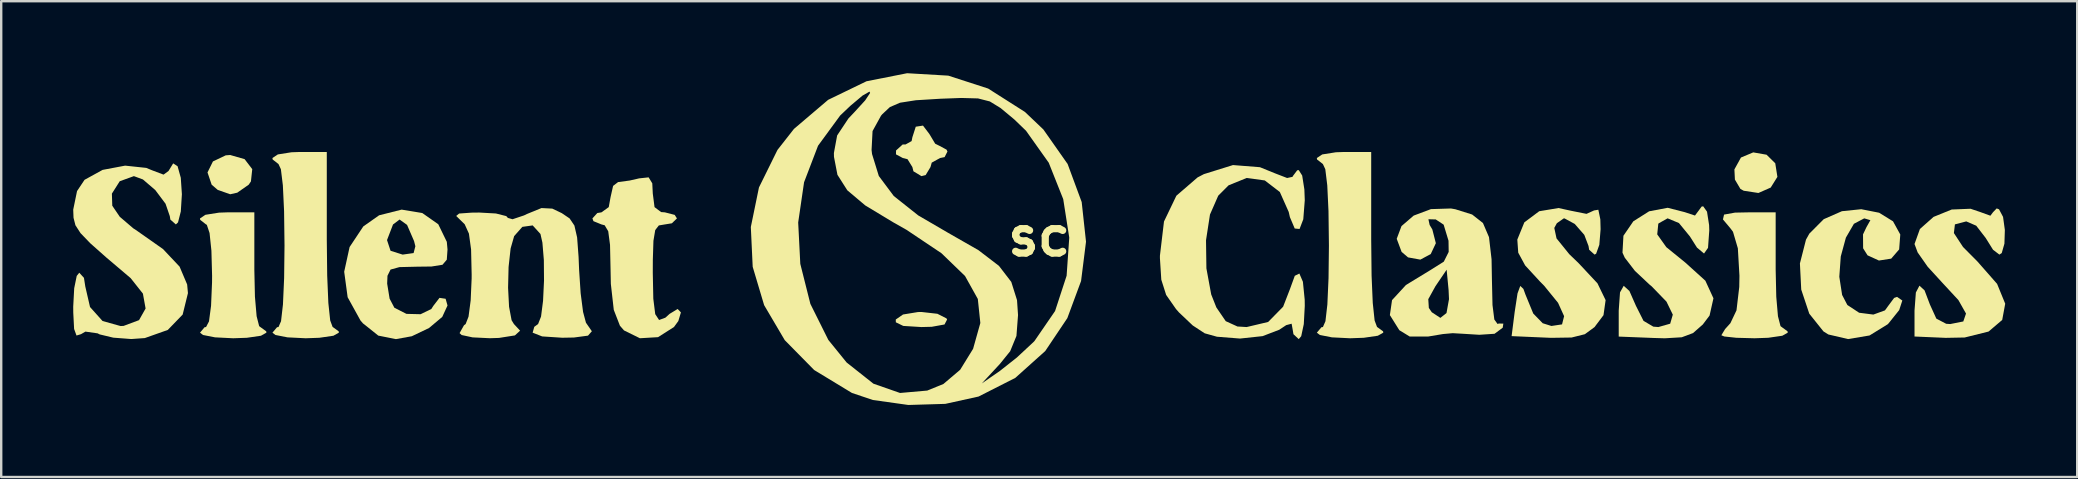
<source format=kicad_pcb>
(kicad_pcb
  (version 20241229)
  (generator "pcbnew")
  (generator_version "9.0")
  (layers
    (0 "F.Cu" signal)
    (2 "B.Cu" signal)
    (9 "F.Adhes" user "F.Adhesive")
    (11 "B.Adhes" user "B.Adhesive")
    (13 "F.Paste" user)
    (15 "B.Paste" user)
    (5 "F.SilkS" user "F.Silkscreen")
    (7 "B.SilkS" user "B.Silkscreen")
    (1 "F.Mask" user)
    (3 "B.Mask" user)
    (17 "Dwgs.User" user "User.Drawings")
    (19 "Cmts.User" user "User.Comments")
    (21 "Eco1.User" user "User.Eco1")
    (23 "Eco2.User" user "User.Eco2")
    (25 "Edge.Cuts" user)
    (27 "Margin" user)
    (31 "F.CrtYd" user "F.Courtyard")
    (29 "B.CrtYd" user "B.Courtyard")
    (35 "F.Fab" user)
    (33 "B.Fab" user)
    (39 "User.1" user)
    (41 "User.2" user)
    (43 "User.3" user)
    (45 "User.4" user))
  (footprint "sc"
    (layer "F.Cu")
    (at 40.238 6.802)
    (property "Reference" "sc" (at 0 0 0) (layer "F.SilkS") (effects (font (size 1.524 1.524) (thickness 0.3))))
    (attr board_only exclude_from_pos_files exclude_from_bom)
    (fp_poly (pts (xy 30.302 -3.407) (xy 30.664 -3.05) (xy 30.753 -2.484) (xy 30.474 -2.038) (xy 29.962 -1.813) (xy 29.351 -1.906) (xy 29.213 -1.981) (xy 28.983 -2.371) (xy 28.962 -2.795) (xy 29.235 -3.29) (xy 29.747 -3.504)) (stroke (width 0) (type solid)) (fill yes) (layer "F.SilkS"))
    (fp_poly (pts (xy -33.099 -3.223) (xy -32.78 -2.806) (xy -32.835 -2.295) (xy -32.927 -2.159) (xy -33.405 -1.825) (xy -33.699 -1.76) (xy -34.219 -1.942) (xy -34.471 -2.159) (xy -34.644 -2.669) (xy -34.418 -3.127) (xy -33.885 -3.381) (xy -33.699 -3.395)) (stroke (width 0) (type solid)) (fill yes) (layer "F.SilkS"))
    (fp_poly (pts (xy -4.239 3.219) (xy -3.861 3.411) (xy -3.835 3.458) (xy -3.942 3.665) (xy -4.474 3.761) (xy -4.904 3.772) (xy -5.661 3.725) (xy -5.97 3.574) (xy -5.973 3.458) (xy -5.671 3.249) (xy -5.048 3.147) (xy -4.904 3.144)) (stroke (width 0) (type solid)) (fill yes) (layer "F.SilkS"))
    (fp_poly (pts (xy -4.575 -4.273) (xy -4.331 -3.866) (xy -4.143 -3.772) (xy -3.857 -3.618) (xy -3.82 -3.54) (xy -3.939 -3.307) (xy -4.129 -3.269) (xy -4.475 -3.077) (xy -4.527 -2.892) (xy -4.728 -2.559) (xy -4.904 -2.515) (xy -5.237 -2.716) (xy -5.281 -2.892) (xy -5.484 -3.221) (xy -5.679 -3.269) (xy -5.964 -3.422) (xy -5.962 -3.584) (xy -5.684 -3.835) (xy -5.564 -3.835) (xy -5.313 -3.975) (xy -5.281 -4.135) (xy -5.14 -4.574) (xy -4.839 -4.62)) (stroke (width 0) (type solid)) (fill yes) (layer "F.SilkS"))
    (fp_poly (pts (xy 30.681 1.383) (xy 30.706 2.51) (xy 30.776 3.32) (xy 30.883 3.734) (xy 30.933 3.772) (xy 31.177 3.95) (xy 31.184 4.006) (xy 30.957 4.134) (xy 30.37 4.219) (xy 29.801 4.239) (xy 29.043 4.219) (xy 28.541 4.165) (xy 28.418 4.114) (xy 28.574 3.856) (xy 28.795 3.611) (xy 29.049 3.076) (xy 29.164 2.102) (xy 29.172 1.635) (xy 29.106 0.493) (xy 28.903 -0.197) (xy 28.795 -0.341) (xy 28.485 -0.711) (xy 28.531 -0.913) (xy 28.987 -0.995) (xy 29.55 -1.006) (xy 30.681 -1.006)) (stroke (width 0) (type solid)) (fill yes) (layer "F.SilkS"))
    (fp_poly (pts (xy -32.693 1.383) (xy -32.668 2.51) (xy -32.598 3.32) (xy -32.492 3.734) (xy -32.442 3.772) (xy -32.197 3.95) (xy -32.19 4.006) (xy -32.418 4.134) (xy -33.004 4.219) (xy -33.573 4.239) (xy -34.331 4.201) (xy -34.833 4.102) (xy -34.956 4.006) (xy -34.765 3.779) (xy -34.705 3.772) (xy -34.582 3.536) (xy -34.496 2.886) (xy -34.455 1.91) (xy -34.453 1.635) (xy -34.481 0.594) (xy -34.558 -0.144) (xy -34.673 -0.488) (xy -34.705 -0.503) (xy -34.949 -0.694) (xy -34.956 -0.754) (xy -34.732 -0.904) (xy -34.163 -0.994) (xy -33.825 -1.006) (xy -32.693 -1.006)) (stroke (width 0) (type solid)) (fill yes) (layer "F.SilkS"))
    (fp_poly (pts (xy -29.675 0.126) (xy -29.658 1.629) (xy -29.61 2.768) (xy -29.533 3.497) (xy -29.431 3.771) (xy -29.424 3.772) (xy -29.179 3.95) (xy -29.172 4.006) (xy -29.4 4.134) (xy -29.986 4.219) (xy -30.555 4.239) (xy -31.313 4.201) (xy -31.815 4.102) (xy -31.939 4.006) (xy -31.747 3.779) (xy -31.687 3.772) (xy -31.581 3.529) (xy -31.501 2.833) (xy -31.452 1.733) (xy -31.436 0.377) (xy -31.454 -1.057) (xy -31.505 -2.133) (xy -31.587 -2.803) (xy -31.687 -3.018) (xy -31.931 -3.209) (xy -31.939 -3.269) (xy -31.714 -3.419) (xy -31.145 -3.509) (xy -30.807 -3.521) (xy -29.675 -3.521)) (stroke (width 0) (type solid)) (fill yes) (layer "F.SilkS"))
    (fp_poly (pts (xy 13.832 0.126) (xy 13.848 1.629) (xy 13.897 2.768) (xy 13.974 3.497) (xy 14.076 3.771) (xy 14.083 3.772) (xy 14.327 3.95) (xy 14.335 4.006) (xy 14.107 4.134) (xy 13.521 4.219) (xy 12.951 4.239) (xy 12.194 4.201) (xy 11.692 4.102) (xy 11.568 4.006) (xy 11.76 3.779) (xy 11.82 3.772) (xy 11.926 3.529) (xy 12.006 2.833) (xy 12.055 1.733) (xy 12.071 0.377) (xy 12.053 -1.057) (xy 12.002 -2.133) (xy 11.92 -2.803) (xy 11.82 -3.018) (xy 11.576 -3.209) (xy 11.568 -3.269) (xy 11.793 -3.419) (xy 12.362 -3.509) (xy 12.7 -3.521) (xy 13.832 -3.521)) (stroke (width 0) (type solid)) (fill yes) (layer "F.SilkS"))
    (fp_poly (pts (xy 34.991 -0.99) (xy 35.569 -0.633) (xy 35.872 -0.084) (xy 35.825 0.538) (xy 35.493 0.922) (xy 34.982 1.001) (xy 34.508 0.784) (xy 34.324 0.491) (xy 34.32 -0.089) (xy 34.463 -0.389) (xy 34.627 -0.68) (xy 34.378 -0.754) (xy 34.367 -0.754) (xy 33.94 -0.529) (xy 33.606 0.048) (xy 33.393 0.832) (xy 33.332 1.676) (xy 33.449 2.434) (xy 33.667 2.853) (xy 34.158 3.176) (xy 34.751 3.252) (xy 35.234 3.077) (xy 35.368 2.892) (xy 35.615 2.559) (xy 35.738 2.515) (xy 35.957 2.667) (xy 35.827 3.065) (xy 35.38 3.623) (xy 35.345 3.658) (xy 34.591 4.123) (xy 33.698 4.272) (xy 32.875 4.081) (xy 32.671 3.953) (xy 32.081 3.215) (xy 31.746 2.211) (xy 31.691 1.122) (xy 31.944 0.131) (xy 32.085 -0.122) (xy 32.684 -0.722) (xy 33.441 -1.054) (xy 34.246 -1.137)) (stroke (width 0) (type solid)) (fill yes) (layer "F.SilkS"))
    (fp_poly (pts (xy -16.116 -2.215) (xy -16.095 -1.79) (xy -16.022 -1.224) (xy -15.749 -1.018) (xy -15.592 -1.006) (xy -15.183 -0.901) (xy -15.089 -0.754) (xy -15.3 -0.55) (xy -15.592 -0.503) (xy -15.843 -0.461) (xy -15.993 -0.268) (xy -16.068 0.179) (xy -16.093 0.978) (xy -16.095 1.509) (xy -16.073 2.595) (xy -15.993 3.234) (xy -15.833 3.478) (xy -15.571 3.382) (xy -15.395 3.223) (xy -15.059 3.019) (xy -14.923 3.162) (xy -15.031 3.522) (xy -15.213 3.771) (xy -15.876 4.193) (xy -16.632 4.238) (xy -17.294 3.912) (xy -17.464 3.716) (xy -17.72 3.056) (xy -17.842 1.976) (xy -17.855 1.327) (xy -17.876 0.349) (xy -17.951 -0.219) (xy -18.099 -0.468) (xy -18.233 -0.503) (xy -18.567 -0.639) (xy -18.61 -0.754) (xy -18.406 -0.978) (xy -18.233 -1.006) (xy -17.929 -1.225) (xy -17.855 -1.635) (xy -17.748 -2.108) (xy -17.541 -2.267) (xy -17.056 -2.332) (xy -16.661 -2.422) (xy -16.268 -2.464)) (stroke (width 0) (type solid)) (fill yes) (layer "F.SilkS"))
    (fp_poly (pts (xy 39.986 -1.132) (xy 40.153 -0.817) (xy 40.228 -0.272) (xy 40.21 0.299) (xy 40.098 0.69) (xy 40 0.754) (xy 39.735 0.551) (xy 39.431 0.063) (xy 39.431 0.063) (xy 39.035 -0.45) (xy 38.621 -0.629) (xy 38.148 -0.505) (xy 38.105 -0.144) (xy 38.486 0.437) (xy 39.086 1.041) (xy 39.905 1.973) (xy 40.243 2.799) (xy 40.118 3.476) (xy 39.549 3.96) (xy 38.554 4.207) (xy 37.764 4.222) (xy 36.465 4.166) (xy 36.465 3.089) (xy 36.521 2.333) (xy 36.67 2.048) (xy 36.883 2.244) (xy 37.105 2.829) (xy 37.374 3.421) (xy 37.784 3.636) (xy 37.953 3.647) (xy 38.497 3.539) (xy 38.61 3.21) (xy 38.293 2.649) (xy 37.615 1.917) (xy 37.012 1.258) (xy 36.596 0.664) (xy 36.465 0.313) (xy 36.69 -0.313) (xy 37.258 -0.817) (xy 38.013 -1.124) (xy 38.799 -1.156) (xy 39.208 -1.018) (xy 39.626 -0.866) (xy 39.735 -1.012) (xy 39.888 -1.17)) (stroke (width 0) (type solid)) (fill yes) (layer "F.SilkS"))
    (fp_poly (pts (xy -25.696 -0.977) (xy -25.031 -0.511) (xy -24.675 0.222) (xy -24.646 0.542) (xy -24.676 0.966) (xy -24.855 1.177) (xy -25.312 1.25) (xy -25.903 1.257) (xy -26.648 1.275) (xy -27.019 1.377) (xy -27.147 1.636) (xy -27.16 1.962) (xy -27.058 2.59) (xy -26.859 2.968) (xy -26.357 3.223) (xy -25.767 3.237) (xy -25.32 3.02) (xy -25.239 2.892) (xy -24.98 2.556) (xy -24.725 2.594) (xy -24.646 2.874) (xy -24.865 3.349) (xy -25.416 3.812) (xy -26.134 4.155) (xy -26.795 4.275) (xy -27.531 4.128) (xy -28.169 3.618) (xy -28.27 3.501) (xy -28.806 2.531) (xy -28.95 1.467) (xy -28.725 0.439) (xy -28.532 0.149) (xy -27.166 0.149) (xy -27.019 0.594) (xy -26.515 0.754) (xy -26.059 0.69) (xy -25.985 0.406) (xy -26.04 0.189) (xy -26.331 -0.483) (xy -26.643 -0.707) (xy -26.916 -0.501) (xy -27.166 0.149) (xy -28.532 0.149) (xy -28.154 -0.42) (xy -27.496 -0.883) (xy -26.556 -1.12)) (stroke (width 0) (type solid)) (fill yes) (layer "F.SilkS"))
    (fp_poly (pts (xy 27.821 -1.034) (xy 27.908 -0.477) (xy 27.915 -0.251) (xy 27.863 0.473) (xy 27.697 0.709) (xy 27.403 0.462) (xy 27.109 -0.002) (xy 26.652 -0.56) (xy 26.179 -0.757) (xy 25.804 -0.546) (xy 25.791 -0.526) (xy 25.747 -0.089) (xy 26.126 0.444) (xy 26.916 1.085) (xy 27.752 1.841) (xy 28.089 2.574) (xy 27.928 3.291) (xy 27.646 3.665) (xy 27.238 4.023) (xy 26.769 4.198) (xy 26.062 4.24) (xy 25.603 4.227) (xy 24.143 4.169) (xy 24.143 3.091) (xy 24.197 2.328) (xy 24.351 2.053) (xy 24.589 2.271) (xy 24.863 2.892) (xy 25.176 3.514) (xy 25.584 3.755) (xy 25.794 3.772) (xy 26.287 3.632) (xy 26.396 3.255) (xy 26.132 2.713) (xy 25.512 2.073) (xy 25.423 2) (xy 24.817 1.431) (xy 24.395 0.883) (xy 24.3 0.674) (xy 24.339 -0.031) (xy 24.752 -0.634) (xy 25.41 -1.05) (xy 26.183 -1.196) (xy 26.894 -1.014) (xy 27.32 -0.873) (xy 27.412 -0.997) (xy 27.598 -1.248) (xy 27.663 -1.257)) (stroke (width 0) (type solid)) (fill yes) (layer "F.SilkS"))
    (fp_poly (pts (xy 22.158 -1.072) (xy 22.801 -0.943) (xy 23.116 -1.086) (xy 23.294 -1.115) (xy 23.377 -0.714) (xy 23.388 -0.302) (xy 23.335 0.346) (xy 23.201 0.719) (xy 23.137 0.754) (xy 22.911 0.552) (xy 22.885 0.395) (xy 22.709 -0.068) (xy 22.31 -0.524) (xy 21.887 -0.753) (xy 21.853 -0.754) (xy 21.566 -0.553) (xy 21.459 -0.357) (xy 21.552 0.079) (xy 22.085 0.738) (xy 22.473 1.112) (xy 23.257 1.95) (xy 23.597 2.65) (xy 23.509 3.277) (xy 23.135 3.774) (xy 22.729 4.071) (xy 22.18 4.208) (xy 21.325 4.221) (xy 21.155 4.214) (xy 19.681 4.15) (xy 19.809 3.144) (xy 19.928 2.368) (xy 20.042 2.059) (xy 20.172 2.182) (xy 20.257 2.416) (xy 20.582 3.208) (xy 20.976 3.613) (xy 21.339 3.727) (xy 21.782 3.661) (xy 21.868 3.319) (xy 21.615 2.762) (xy 21.036 2.051) (xy 20.862 1.875) (xy 20.245 1.205) (xy 19.957 0.674) (xy 19.919 0.131) (xy 19.919 0.128) (xy 20.211 -0.589) (xy 20.831 -1.053) (xy 21.636 -1.186)) (stroke (width 0) (type solid)) (fill yes) (layer "F.SilkS"))
    (fp_poly (pts (xy 17.338 -1.135) (xy 18.037 -0.916) (xy 18.487 -0.562) (xy 18.739 0.027) (xy 18.846 0.95) (xy 18.861 1.793) (xy 18.885 2.855) (xy 18.961 3.458) (xy 19.096 3.644) (xy 19.145 3.626) (xy 19.337 3.628) (xy 19.31 3.8) (xy 18.97 4.052) (xy 18.334 4.094) (xy 17.678 4.053) (xy 17.243 4.028) (xy 17.227 4.027) (xy 16.818 4.064) (xy 16.198 4.168) (xy 15.438 4.168) (xy 15.004 3.903) (xy 14.61 3.274) (xy 14.7 2.65) (xy 14.736 2.611) (xy 16.21 2.611) (xy 16.233 2.976) (xy 16.356 3.155) (xy 16.714 3.39) (xy 16.969 3.188) (xy 17.073 2.61) (xy 17.056 2.232) (xy 16.975 1.383) (xy 16.505 2.076) (xy 16.21 2.611) (xy 14.736 2.611) (xy 15.281 2.019) (xy 16.299 1.399) (xy 16.857 1.047) (xy 17.06 0.642) (xy 17.053 0.177) (xy 16.85 -0.493) (xy 16.52 -0.711) (xy 16.215 -0.719) (xy 16.266 -0.482) (xy 16.379 -0.293) (xy 16.525 0.279) (xy 16.312 0.732) (xy 15.879 0.963) (xy 15.367 0.87) (xy 15.099 0.641) (xy 14.895 0.096) (xy 15.094 -0.434) (xy 15.602 -0.871) (xy 16.321 -1.141) (xy 17.156 -1.167)) (stroke (width 0) (type solid)) (fill yes) (layer "F.SilkS"))
    (fp_poly (pts (xy 9.197 -2.887) (xy 9.82 -2.634) (xy 10.329 -2.437) (xy 10.56 -2.486) (xy 10.562 -2.508) (xy 10.75 -2.758) (xy 10.814 -2.766) (xy 10.957 -2.54) (xy 11.048 -1.962) (xy 11.065 -1.509) (xy 11.003 -0.718) (xy 10.848 -0.314) (xy 10.646 -0.333) (xy 10.445 -0.807) (xy 10.396 -1.023) (xy 10.026 -1.854) (xy 9.4 -2.335) (xy 8.645 -2.438) (xy 7.891 -2.132) (xy 7.46 -1.7) (xy 7.116 -0.915) (xy 6.951 0.156) (xy 6.967 1.327) (xy 7.167 2.413) (xy 7.382 2.955) (xy 7.773 3.527) (xy 8.261 3.749) (xy 8.644 3.772) (xy 9.539 3.56) (xy 10.163 2.925) (xy 10.444 2.2) (xy 10.649 1.637) (xy 10.84 1.543) (xy 10.987 1.886) (xy 11.062 2.634) (xy 11.065 2.892) (xy 11.024 3.65) (xy 10.917 4.152) (xy 10.814 4.275) (xy 10.593 4.071) (xy 10.562 3.884) (xy 10.517 3.633) (xy 10.292 3.692) (xy 10.003 3.884) (xy 9.309 4.15) (xy 8.367 4.251) (xy 7.407 4.175) (xy 6.895 4.032) (xy 6.397 3.705) (xy 5.824 3.162) (xy 5.701 3.022) (xy 5.29 2.433) (xy 5.088 1.799) (xy 5.031 0.905) (xy 5.031 0.798) (xy 5.2 -0.624) (xy 5.716 -1.699) (xy 6.599 -2.461) (xy 6.861 -2.598) (xy 8.074 -2.976)) (stroke (width 0) (type solid)) (fill yes) (layer "F.SilkS"))
    (fp_poly (pts (xy -20.282 -1.162) (xy -19.887 -0.974) (xy -19.56 -0.753) (xy -19.36 -0.456) (xy -19.247 0.039) (xy -19.186 0.854) (xy -19.164 1.391) (xy -19.1 2.363) (xy -18.999 3.142) (xy -18.879 3.591) (xy -18.85 3.633) (xy -18.633 3.947) (xy -18.794 4.13) (xy -19.38 4.208) (xy -19.867 4.217) (xy -20.704 4.162) (xy -21.1 4.006) (xy -21.032 3.763) (xy -20.873 3.647) (xy -20.75 3.335) (xy -20.666 2.68) (xy -20.626 1.842) (xy -20.633 0.981) (xy -20.693 0.255) (xy -20.774 -0.105) (xy -21.098 -0.462) (xy -21.528 -0.402) (xy -21.87 -0.017) (xy -22.017 0.498) (xy -22.102 1.269) (xy -22.123 2.133) (xy -22.082 2.927) (xy -21.977 3.487) (xy -21.879 3.647) (xy -21.622 3.923) (xy -21.838 4.12) (xy -22.502 4.225) (xy -22.885 4.237) (xy -23.602 4.202) (xy -24.058 4.104) (xy -24.143 4.024) (xy -23.96 3.698) (xy -23.891 3.647) (xy -23.77 3.337) (xy -23.681 2.66) (xy -23.641 1.753) (xy -23.64 1.585) (xy -23.664 0.54) (xy -23.754 -0.12) (xy -23.93 -0.509) (xy -24.08 -0.656) (xy -24.284 -0.856) (xy -24.162 -0.957) (xy -23.64 -0.994) (xy -23.325 -0.998) (xy -22.629 -0.959) (xy -22.198 -0.85) (xy -22.131 -0.774) (xy -21.937 -0.719) (xy -21.459 -0.879) (xy -21.333 -0.939) (xy -20.732 -1.185)) (stroke (width 0) (type solid)) (fill yes) (layer "F.SilkS"))
    (fp_poly (pts (xy -35.891 -2.928) (xy -35.757 -2.447) (xy -35.711 -1.76) (xy -35.756 -1.043) (xy -35.872 -0.588) (xy -35.962 -0.503) (xy -36.191 -0.704) (xy -36.214 -0.846) (xy -36.392 -1.365) (xy -36.82 -1.935) (xy -37.334 -2.376) (xy -37.71 -2.515) (xy -38.3 -2.302) (xy -38.627 -1.786) (xy -38.611 -1.282) (xy -38.299 -0.822) (xy -37.738 -0.342) (xy -37.628 -0.271) (xy -36.5 0.521) (xy -35.807 1.255) (xy -35.492 1.998) (xy -35.459 2.359) (xy -35.679 3.252) (xy -36.298 3.892) (xy -37.255 4.231) (xy -37.82 4.271) (xy -38.568 4.214) (xy -39.136 4.078) (xy -39.223 4.034) (xy -39.729 3.962) (xy -39.915 4.069) (xy -40.101 4.125) (xy -40.201 3.851) (xy -40.236 3.171) (xy -40.238 2.923) (xy -40.197 2.156) (xy -40.092 1.642) (xy -39.986 1.509) (xy -39.791 1.722) (xy -39.735 2.082) (xy -39.538 2.937) (xy -39.016 3.52) (xy -38.265 3.73) (xy -38.139 3.724) (xy -37.496 3.484) (xy -37.223 2.999) (xy -37.335 2.379) (xy -37.845 1.735) (xy -37.875 1.709) (xy -38.862 0.872) (xy -39.528 0.281) (xy -39.934 -0.141) (xy -40.146 -0.469) (xy -40.225 -0.78) (xy -40.238 -1.119) (xy -40.079 -1.892) (xy -39.766 -2.361) (xy -39.014 -2.775) (xy -38.075 -2.952) (xy -37.195 -2.858) (xy -36.952 -2.758) (xy -36.475 -2.578) (xy -36.268 -2.729) (xy -36.268 -2.73) (xy -36.074 -3.046)) (stroke (width 0) (type solid)) (fill yes) (layer "F.SilkS"))
    (fp_poly (pts (xy -3.785 -6.701) (xy -2.124 -6.163) (xy -0.591 -5.188) (xy 0.176 -4.458) (xy 1.186 -3.02) (xy 1.772 -1.435) (xy 1.952 0.217) (xy 1.746 1.855) (xy 1.174 3.4) (xy 0.254 4.771) (xy -0.994 5.89) (xy -2.524 6.667) (xy -3.91 6.972) (xy -5.449 7.018) (xy -6.922 6.811) (xy -7.796 6.519) (xy -9.372 5.562) (xy -10.598 4.317) (xy -11.457 2.859) (xy -11.933 1.263) (xy -12.011 -0.396) (xy -11.972 -0.584) (xy -10.038 -0.584) (xy -9.95 1.14) (xy -9.53 2.807) (xy -8.782 4.308) (xy -8.02 5.248) (xy -6.904 6.131) (xy -5.795 6.518) (xy -4.662 6.418) (xy -3.989 6.144) (xy -3.29 5.551) (xy -2.752 4.679) (xy -2.45 3.603) (xy -2.555 2.602) (xy -3.088 1.645) (xy -4.07 0.697) (xy -5.522 -0.276) (xy -6.089 -0.597) (xy -7.245 -1.295) (xy -7.992 -1.925) (xy -8.403 -2.571) (xy -8.547 -3.318) (xy -8.55 -3.476) (xy -8.527 -3.605) (xy -6.981 -3.605) (xy -6.961 -3.434) (xy -6.679 -2.52) (xy -6.056 -1.687) (xy -5.038 -0.879) (xy -3.799 -0.157) (xy -2.531 0.568) (xy -1.675 1.223) (xy -1.161 1.891) (xy -0.922 2.651) (xy -0.88 3.273) (xy -0.946 4.142) (xy -1.207 4.779) (xy -1.635 5.308) (xy -2.389 6.121) (xy -1.635 5.599) (xy -0.925 5.038) (xy -0.233 4.393) (xy -0.198 4.358) (xy 0.663 3.105) (xy 1.144 1.634) (xy 1.254 0.047) (xy 1.003 -1.556) (xy 0.399 -3.074) (xy -0.547 -4.405) (xy -1.035 -4.876) (xy -1.603 -5.349) (xy -2.054 -5.626) (xy -2.547 -5.752) (xy -3.246 -5.771) (xy -4.111 -5.739) (xy -5.138 -5.676) (xy -5.796 -5.573) (xy -6.218 -5.391) (xy -6.538 -5.091) (xy -6.588 -5.031) (xy -6.94 -4.392) (xy -6.981 -3.605) (xy -8.527 -3.605) (xy -8.415 -4.21) (xy -7.946 -4.916) (xy -7.695 -5.181) (xy -7.247 -5.671) (xy -7.042 -5.98) (xy -7.067 -6.036) (xy -7.356 -5.871) (xy -7.863 -5.445) (xy -8.289 -5.04) (xy -9.211 -3.781) (xy -9.793 -2.26) (xy -10.038 -0.584) (xy -11.972 -0.584) (xy -11.672 -2.044) (xy -10.901 -3.606) (xy -10.214 -4.482) (xy -8.79 -5.693) (xy -7.194 -6.466) (xy -5.5 -6.802)) (stroke (width 0) (type solid)) (fill yes) (layer "F.SilkS")))
  (gr_rect
    (start -3 -3)
    (end 83.48 16.82)
    (stroke (width 0.1) (type default))
    (fill no)
    (layer "Edge.Cuts")))
</source>
